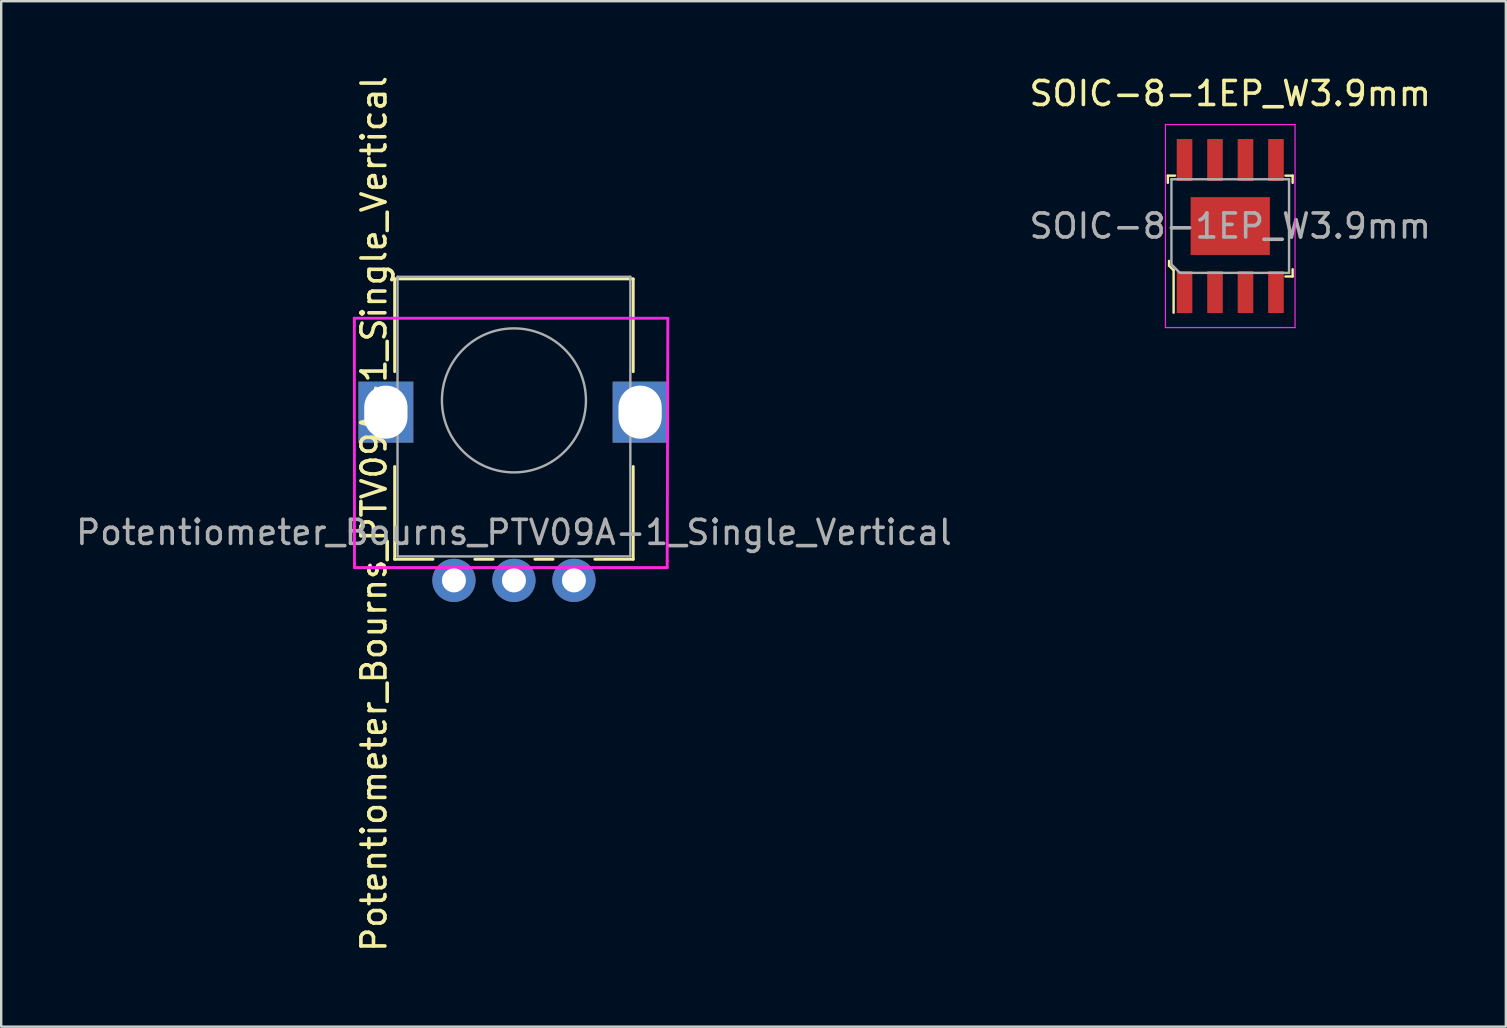
<source format=kicad_pcb>
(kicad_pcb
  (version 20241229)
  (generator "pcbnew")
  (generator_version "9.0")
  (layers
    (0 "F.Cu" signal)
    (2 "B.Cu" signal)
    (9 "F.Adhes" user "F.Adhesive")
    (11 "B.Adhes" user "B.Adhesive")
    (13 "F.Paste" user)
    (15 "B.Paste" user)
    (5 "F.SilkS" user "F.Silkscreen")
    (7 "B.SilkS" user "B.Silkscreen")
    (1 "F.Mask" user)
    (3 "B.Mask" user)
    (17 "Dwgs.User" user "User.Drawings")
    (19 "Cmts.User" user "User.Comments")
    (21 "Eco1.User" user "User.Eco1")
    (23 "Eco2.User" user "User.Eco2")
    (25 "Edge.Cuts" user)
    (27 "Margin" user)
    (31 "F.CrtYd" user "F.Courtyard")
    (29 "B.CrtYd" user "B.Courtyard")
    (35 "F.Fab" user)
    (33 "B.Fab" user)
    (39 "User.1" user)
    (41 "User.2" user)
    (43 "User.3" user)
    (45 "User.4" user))
  (footprint "Potentiometer_Bourns_PTV09A-1_Single_Vertical"
    (layer "F.Cu")
    (at 18.323 21.132)
    (property "Reference" "Potentiometer_Bourns_PTV09A-1_Single_Vertical" (at -5.791 -2.769 270) (layer "F.SilkS") (effects (font (size 1 1) (thickness 0.15))))
    (attr through_hole)
    (fp_line (start -4.93 -12.561) (end 5.01 -12.561) (stroke (width 0.12) (type solid)) (layer "F.SilkS"))
    (fp_line (start -4.93 -8.696) (end -4.93 -12.561) (stroke (width 0.12) (type solid)) (layer "F.SilkS"))
    (fp_line (start -4.93 -0.88) (end -4.93 -4.745) (stroke (width 0.12) (type solid)) (layer "F.SilkS"))
    (fp_line (start -4.93 -0.88) (end -3.331 -0.88) (stroke (width 0.12) (type solid)) (layer "F.SilkS"))
    (fp_line (start -1.589 -0.88) (end -0.83 -0.88) (stroke (width 0.12) (type solid)) (layer "F.SilkS"))
    (fp_line (start 0.911 -0.88) (end 1.67 -0.88) (stroke (width 0.12) (type solid)) (layer "F.SilkS"))
    (fp_line (start 3.41 -0.88) (end 5.01 -0.88) (stroke (width 0.12) (type solid)) (layer "F.SilkS"))
    (fp_line (start 5.01 -8.696) (end 5.01 -12.561) (stroke (width 0.12) (type solid)) (layer "F.SilkS"))
    (fp_line (start 5.01 -0.88) (end 5.01 -4.745) (stroke (width 0.12) (type solid)) (layer "F.SilkS"))
    (fp_line (start -6.61 -10.922) (end 6.452 -10.922) (stroke (width 0.12) (type solid)) (layer "F.CrtYd"))
    (fp_line (start -6.604 -0.533) (end -6.61 -10.922) (stroke (width 0.12) (type solid)) (layer "F.CrtYd"))
    (fp_line (start -6.604 -0.533) (end 6.426 -0.533) (stroke (width 0.12) (type solid)) (layer "F.CrtYd"))
    (fp_line (start 6.426 -0.533) (end 6.426 -0.813) (stroke (width 0.12) (type solid)) (layer "F.CrtYd"))
    (fp_line (start 6.452 -10.922) (end 6.426 -0.813) (stroke (width 0.12) (type solid)) (layer "F.CrtYd"))
    (fp_line (start -4.81 -12.649) (end -4.81 -1) (stroke (width 0.1) (type solid)) (layer "F.Fab"))
    (fp_line (start -4.81 -1) (end 4.89 -1) (stroke (width 0.1) (type solid)) (layer "F.Fab"))
    (fp_line (start 4.89 -12.649) (end -4.81 -12.649) (stroke (width 0.1) (type solid)) (layer "F.Fab"))
    (fp_line (start 4.89 -1) (end 4.89 -12.649) (stroke (width 0.1) (type solid)) (layer "F.Fab"))
    (fp_circle (center 0.04 -7.5) (end 0.04 -10.5) (stroke (width 0.1) (type solid)) (fill no) (layer "F.Fab"))
    (fp_text user "${REFERENCE}" (at 0.04 -2 180) (layer "F.Fab") (effects (font (size 1 1) (thickness 0.15))))
    (pad "" thru_hole rect (at -5.296 -7.01 90) (size 2.54 2.286) (drill oval 2.21 1.803) (layers "*.Cu" "*.Mask"))
    (pad "" thru_hole rect (at 5.296 -7.01 90) (size 2.54 2.286) (drill oval 2.21 1.803) (layers "*.Cu" "*.Mask"))
    (pad "1" thru_hole circle (at 2.54 0 90) (size 1.8 1.8) (drill 1) (layers "*.Cu" "*.Mask"))
    (pad "2" thru_hole circle (at 0.04 0 90) (size 1.8 1.8) (drill 1) (layers "*.Cu" "*.Mask"))
    (pad "3" thru_hole circle (at -2.46 0 90) (size 1.8 1.8) (drill 1) (layers "*.Cu" "*.Mask")))
  (footprint "SOIC-8-1EP_W3.9mm"
    (layer "F.Cu")
    (at 48.208 6.368)
    (property "Reference" "SOIC-8-1EP_W3.9mm" (at 0 -5.52 0) (layer "F.SilkS") (effects (font (size 1 1) (thickness 0.15))))
    (attr smd)
    (fp_line (start -2.6 -2.1) (end -2.6 -1.8) (stroke (width 0.1) (type solid)) (layer "F.SilkS"))
    (fp_line (start -2.55 1.45) (end -2.55 1.65) (stroke (width 0.1) (type solid)) (layer "F.SilkS"))
    (fp_line (start -2.55 1.65) (end -2.36 1.84) (stroke (width 0.1) (type solid)) (layer "F.SilkS"))
    (fp_line (start -2.36 1.84) (end -2.36 3.61) (stroke (width 0.1) (type solid)) (layer "F.SilkS"))
    (fp_line (start -2.3 -2.1) (end -2.6 -2.1) (stroke (width 0.1) (type solid)) (layer "F.SilkS"))
    (fp_line (start 2.6 -2.1) (end 2.3 -2.1) (stroke (width 0.1) (type solid)) (layer "F.SilkS"))
    (fp_line (start 2.6 -2.1) (end 2.6 -1.8) (stroke (width 0.1) (type solid)) (layer "F.SilkS"))
    (fp_line (start 2.6 1.8) (end 2.6 2.1) (stroke (width 0.1) (type solid)) (layer "F.SilkS"))
    (fp_line (start 2.6 2.1) (end 2.3 2.1) (stroke (width 0.1) (type solid)) (layer "F.SilkS"))
    (fp_line (start -2.7 -4.23) (end -2.7 4.23) (stroke (width 0.05) (type solid)) (layer "F.CrtYd"))
    (fp_line (start 2.7 -4.23) (end -2.7 -4.23) (stroke (width 0.05) (type solid)) (layer "F.CrtYd"))
    (fp_line (start 2.7 4.23) (end -2.7 4.23) (stroke (width 0.05) (type solid)) (layer "F.CrtYd"))
    (fp_line (start 2.7 4.23) (end 2.7 -4.23) (stroke (width 0.05) (type solid)) (layer "F.CrtYd"))
    (fp_line (start -2.45 -1.95) (end 2.45 -1.95) (stroke (width 0.1) (type solid)) (layer "F.Fab"))
    (fp_line (start -2.45 1.6) (end -2.45 -1.95) (stroke (width 0.1) (type solid)) (layer "F.Fab"))
    (fp_line (start -2.45 1.6) (end -2.1 1.95) (stroke (width 0.1) (type solid)) (layer "F.Fab"))
    (fp_line (start -2.1 1.95) (end 2.45 1.95) (stroke (width 0.1) (type solid)) (layer "F.Fab"))
    (fp_line (start 2.45 -1.95) (end 2.45 1.95) (stroke (width 0.1) (type solid)) (layer "F.Fab"))
    (fp_text user "${REFERENCE}" (at 0 0 0) (layer "F.Fab") (effects (font (size 1 1) (thickness 0.15))))
    (pad "1" smd rect (at -1.905 2.75) (size 0.65 1.75) (layers "F.Cu" "F.Mask" "F.Paste"))
    (pad "2" smd rect (at -0.635 2.75) (size 0.65 1.75) (layers "F.Cu" "F.Mask" "F.Paste"))
    (pad "3" smd rect (at 0.635 2.75) (size 0.65 1.75) (layers "F.Cu" "F.Mask" "F.Paste"))
    (pad "4" smd rect (at 1.905 2.75) (size 0.65 1.75) (layers "F.Cu" "F.Mask" "F.Paste"))
    (pad "5" smd rect (at 1.905 -2.75) (size 0.65 1.75) (layers "F.Cu" "F.Mask" "F.Paste"))
    (pad "6" smd rect (at 0.635 -2.75) (size 0.65 1.75) (layers "F.Cu" "F.Mask" "F.Paste"))
    (pad "7" smd rect (at -0.635 -2.75) (size 0.65 1.75) (layers "F.Cu" "F.Mask" "F.Paste"))
    (pad "8" smd rect (at -1.905 -2.75) (size 0.65 1.75) (layers "F.Cu" "F.Mask" "F.Paste"))
    (pad "9" smd rect (at 0 0) (size 3.3 2.41) (layers "F.Cu" "F.Mask" "F.Paste")))
  (gr_rect
    (start -3 -3)
    (end 59.69 39.726)
    (stroke (width 0.1) (type default))
    (fill no)
    (layer "Edge.Cuts")))
</source>
